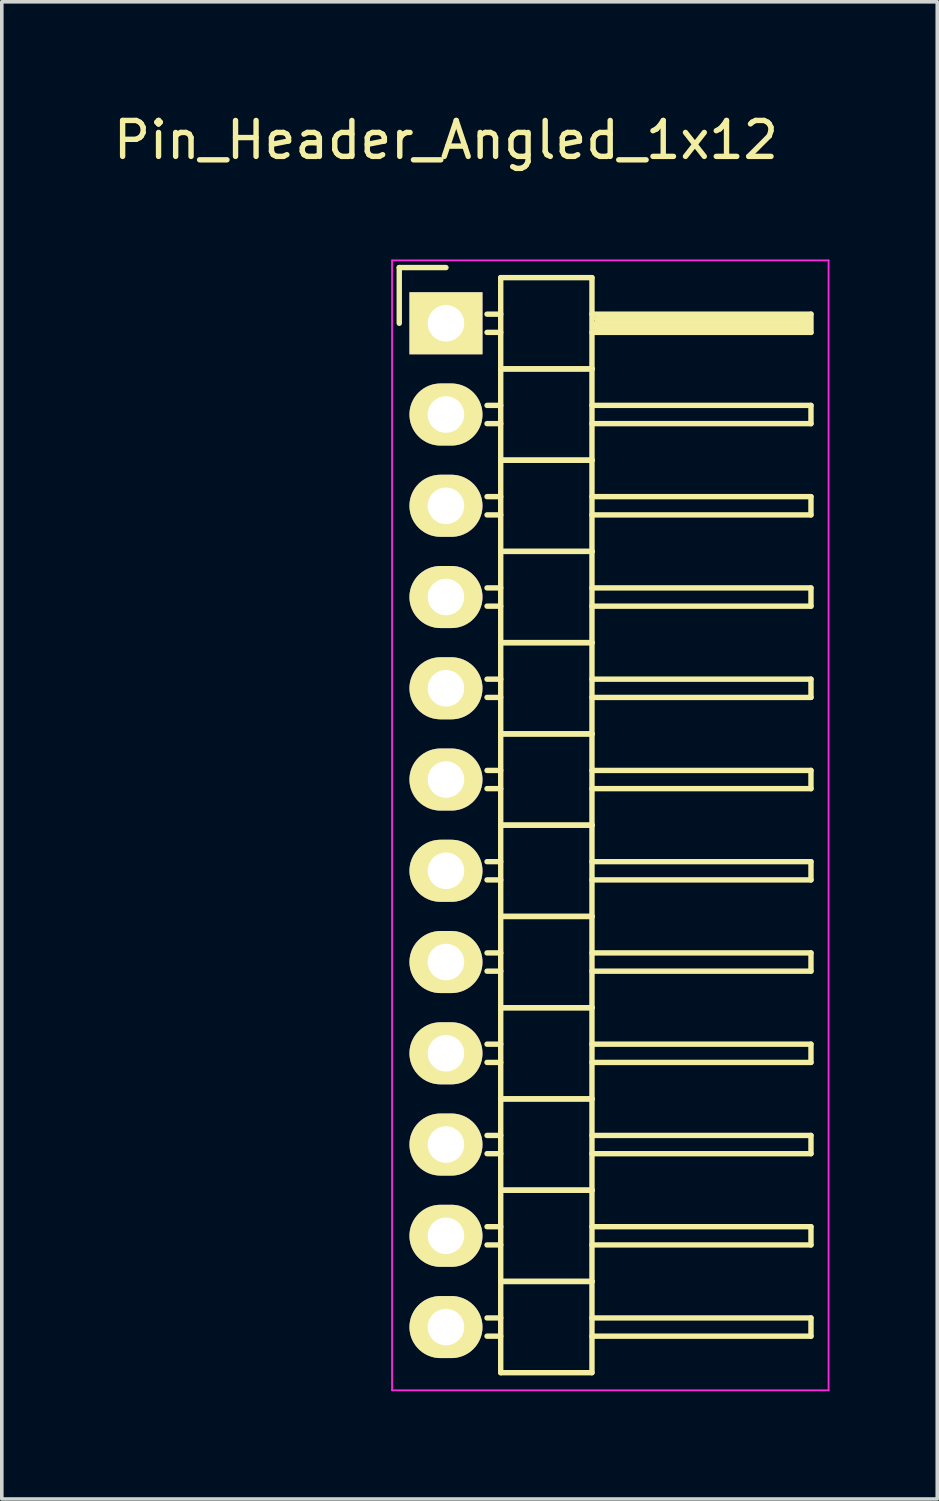
<source format=kicad_pcb>
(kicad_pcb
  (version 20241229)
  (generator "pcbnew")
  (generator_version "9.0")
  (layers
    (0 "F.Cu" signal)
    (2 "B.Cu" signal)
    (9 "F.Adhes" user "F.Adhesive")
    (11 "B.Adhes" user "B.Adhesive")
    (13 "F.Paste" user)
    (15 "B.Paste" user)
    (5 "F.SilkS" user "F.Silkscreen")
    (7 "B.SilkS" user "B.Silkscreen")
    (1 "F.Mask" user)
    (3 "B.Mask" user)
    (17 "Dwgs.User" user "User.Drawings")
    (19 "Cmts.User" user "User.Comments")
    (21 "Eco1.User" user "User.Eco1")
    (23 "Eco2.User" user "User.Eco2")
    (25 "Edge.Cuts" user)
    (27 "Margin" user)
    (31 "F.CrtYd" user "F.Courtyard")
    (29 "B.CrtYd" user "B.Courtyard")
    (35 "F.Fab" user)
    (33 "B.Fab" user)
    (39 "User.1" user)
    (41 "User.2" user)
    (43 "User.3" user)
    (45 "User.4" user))
  (footprint "Pin_Header_Angled_1x12"
    (layer "F.Cu")
    (at 9.363 5.948)
    (property "Reference" "Pin_Header_Angled_1x12" (at 0 -5.1 0) (layer "F.SilkS") (effects (font (size 1 1) (thickness 0.15))))
    (attr through_hole)
    (fp_line (start -1.3 -1.55) (end -1.3 0) (stroke (width 0.15) (type solid)) (layer "F.SilkS"))
    (fp_line (start 0 -1.55) (end -1.3 -1.55) (stroke (width 0.15) (type solid)) (layer "F.SilkS"))
    (fp_line (start 1.524 -1.27) (end 1.524 1.27) (stroke (width 0.15) (type solid)) (layer "F.SilkS"))
    (fp_line (start 1.524 -1.27) (end 4.064 -1.27) (stroke (width 0.15) (type solid)) (layer "F.SilkS"))
    (fp_line (start 1.524 -0.254) (end 1.143 -0.254) (stroke (width 0.15) (type solid)) (layer "F.SilkS"))
    (fp_line (start 1.524 0.254) (end 1.143 0.254) (stroke (width 0.15) (type solid)) (layer "F.SilkS"))
    (fp_line (start 1.524 1.27) (end 1.524 3.81) (stroke (width 0.15) (type solid)) (layer "F.SilkS"))
    (fp_line (start 1.524 1.27) (end 4.064 1.27) (stroke (width 0.15) (type solid)) (layer "F.SilkS"))
    (fp_line (start 1.524 1.27) (end 4.064 1.27) (stroke (width 0.15) (type solid)) (layer "F.SilkS"))
    (fp_line (start 1.524 2.286) (end 1.143 2.286) (stroke (width 0.15) (type solid)) (layer "F.SilkS"))
    (fp_line (start 1.524 2.794) (end 1.143 2.794) (stroke (width 0.15) (type solid)) (layer "F.SilkS"))
    (fp_line (start 1.524 3.81) (end 1.524 6.35) (stroke (width 0.15) (type solid)) (layer "F.SilkS"))
    (fp_line (start 1.524 3.81) (end 4.064 3.81) (stroke (width 0.15) (type solid)) (layer "F.SilkS"))
    (fp_line (start 1.524 3.81) (end 4.064 3.81) (stroke (width 0.15) (type solid)) (layer "F.SilkS"))
    (fp_line (start 1.524 4.826) (end 1.143 4.826) (stroke (width 0.15) (type solid)) (layer "F.SilkS"))
    (fp_line (start 1.524 5.334) (end 1.143 5.334) (stroke (width 0.15) (type solid)) (layer "F.SilkS"))
    (fp_line (start 1.524 6.35) (end 1.524 8.89) (stroke (width 0.15) (type solid)) (layer "F.SilkS"))
    (fp_line (start 1.524 6.35) (end 4.064 6.35) (stroke (width 0.15) (type solid)) (layer "F.SilkS"))
    (fp_line (start 1.524 6.35) (end 4.064 6.35) (stroke (width 0.15) (type solid)) (layer "F.SilkS"))
    (fp_line (start 1.524 7.366) (end 1.143 7.366) (stroke (width 0.15) (type solid)) (layer "F.SilkS"))
    (fp_line (start 1.524 7.874) (end 1.143 7.874) (stroke (width 0.15) (type solid)) (layer "F.SilkS"))
    (fp_line (start 1.524 8.89) (end 1.524 11.43) (stroke (width 0.15) (type solid)) (layer "F.SilkS"))
    (fp_line (start 1.524 8.89) (end 4.064 8.89) (stroke (width 0.15) (type solid)) (layer "F.SilkS"))
    (fp_line (start 1.524 8.89) (end 4.064 8.89) (stroke (width 0.15) (type solid)) (layer "F.SilkS"))
    (fp_line (start 1.524 9.906) (end 1.143 9.906) (stroke (width 0.15) (type solid)) (layer "F.SilkS"))
    (fp_line (start 1.524 10.414) (end 1.143 10.414) (stroke (width 0.15) (type solid)) (layer "F.SilkS"))
    (fp_line (start 1.524 11.43) (end 1.524 13.97) (stroke (width 0.15) (type solid)) (layer "F.SilkS"))
    (fp_line (start 1.524 11.43) (end 4.064 11.43) (stroke (width 0.15) (type solid)) (layer "F.SilkS"))
    (fp_line (start 1.524 11.43) (end 4.064 11.43) (stroke (width 0.15) (type solid)) (layer "F.SilkS"))
    (fp_line (start 1.524 12.446) (end 1.143 12.446) (stroke (width 0.15) (type solid)) (layer "F.SilkS"))
    (fp_line (start 1.524 12.954) (end 1.143 12.954) (stroke (width 0.15) (type solid)) (layer "F.SilkS"))
    (fp_line (start 1.524 13.97) (end 1.524 16.51) (stroke (width 0.15) (type solid)) (layer "F.SilkS"))
    (fp_line (start 1.524 13.97) (end 4.064 13.97) (stroke (width 0.15) (type solid)) (layer "F.SilkS"))
    (fp_line (start 1.524 13.97) (end 4.064 13.97) (stroke (width 0.15) (type solid)) (layer "F.SilkS"))
    (fp_line (start 1.524 14.986) (end 1.143 14.986) (stroke (width 0.15) (type solid)) (layer "F.SilkS"))
    (fp_line (start 1.524 15.494) (end 1.143 15.494) (stroke (width 0.15) (type solid)) (layer "F.SilkS"))
    (fp_line (start 1.524 16.51) (end 1.524 19.05) (stroke (width 0.15) (type solid)) (layer "F.SilkS"))
    (fp_line (start 1.524 16.51) (end 4.064 16.51) (stroke (width 0.15) (type solid)) (layer "F.SilkS"))
    (fp_line (start 1.524 16.51) (end 4.064 16.51) (stroke (width 0.15) (type solid)) (layer "F.SilkS"))
    (fp_line (start 1.524 17.526) (end 1.143 17.526) (stroke (width 0.15) (type solid)) (layer "F.SilkS"))
    (fp_line (start 1.524 18.034) (end 1.143 18.034) (stroke (width 0.15) (type solid)) (layer "F.SilkS"))
    (fp_line (start 1.524 19.05) (end 1.524 21.59) (stroke (width 0.15) (type solid)) (layer "F.SilkS"))
    (fp_line (start 1.524 19.05) (end 4.064 19.05) (stroke (width 0.15) (type solid)) (layer "F.SilkS"))
    (fp_line (start 1.524 19.05) (end 4.064 19.05) (stroke (width 0.15) (type solid)) (layer "F.SilkS"))
    (fp_line (start 1.524 20.066) (end 1.143 20.066) (stroke (width 0.15) (type solid)) (layer "F.SilkS"))
    (fp_line (start 1.524 20.574) (end 1.143 20.574) (stroke (width 0.15) (type solid)) (layer "F.SilkS"))
    (fp_line (start 1.524 21.59) (end 1.524 24.13) (stroke (width 0.15) (type solid)) (layer "F.SilkS"))
    (fp_line (start 1.524 21.59) (end 4.064 21.59) (stroke (width 0.15) (type solid)) (layer "F.SilkS"))
    (fp_line (start 1.524 21.59) (end 4.064 21.59) (stroke (width 0.15) (type solid)) (layer "F.SilkS"))
    (fp_line (start 1.524 22.606) (end 1.143 22.606) (stroke (width 0.15) (type solid)) (layer "F.SilkS"))
    (fp_line (start 1.524 23.114) (end 1.143 23.114) (stroke (width 0.15) (type solid)) (layer "F.SilkS"))
    (fp_line (start 1.524 24.13) (end 1.524 26.67) (stroke (width 0.15) (type solid)) (layer "F.SilkS"))
    (fp_line (start 1.524 24.13) (end 4.064 24.13) (stroke (width 0.15) (type solid)) (layer "F.SilkS"))
    (fp_line (start 1.524 24.13) (end 4.064 24.13) (stroke (width 0.15) (type solid)) (layer "F.SilkS"))
    (fp_line (start 1.524 25.146) (end 1.143 25.146) (stroke (width 0.15) (type solid)) (layer "F.SilkS"))
    (fp_line (start 1.524 25.654) (end 1.143 25.654) (stroke (width 0.15) (type solid)) (layer "F.SilkS"))
    (fp_line (start 1.524 26.67) (end 1.524 29.21) (stroke (width 0.15) (type solid)) (layer "F.SilkS"))
    (fp_line (start 1.524 26.67) (end 4.064 26.67) (stroke (width 0.15) (type solid)) (layer "F.SilkS"))
    (fp_line (start 1.524 26.67) (end 4.064 26.67) (stroke (width 0.15) (type solid)) (layer "F.SilkS"))
    (fp_line (start 1.524 27.686) (end 1.143 27.686) (stroke (width 0.15) (type solid)) (layer "F.SilkS"))
    (fp_line (start 1.524 28.194) (end 1.143 28.194) (stroke (width 0.15) (type solid)) (layer "F.SilkS"))
    (fp_line (start 1.524 29.21) (end 4.064 29.21) (stroke (width 0.15) (type solid)) (layer "F.SilkS"))
    (fp_line (start 4.064 -0.254) (end 10.16 -0.254) (stroke (width 0.15) (type solid)) (layer "F.SilkS"))
    (fp_line (start 4.064 1.27) (end 4.064 -1.27) (stroke (width 0.15) (type solid)) (layer "F.SilkS"))
    (fp_line (start 4.064 2.286) (end 10.16 2.286) (stroke (width 0.15) (type solid)) (layer "F.SilkS"))
    (fp_line (start 4.064 3.81) (end 4.064 1.27) (stroke (width 0.15) (type solid)) (layer "F.SilkS"))
    (fp_line (start 4.064 4.826) (end 10.16 4.826) (stroke (width 0.15) (type solid)) (layer "F.SilkS"))
    (fp_line (start 4.064 6.35) (end 4.064 3.81) (stroke (width 0.15) (type solid)) (layer "F.SilkS"))
    (fp_line (start 4.064 7.366) (end 10.16 7.366) (stroke (width 0.15) (type solid)) (layer "F.SilkS"))
    (fp_line (start 4.064 8.89) (end 4.064 6.35) (stroke (width 0.15) (type solid)) (layer "F.SilkS"))
    (fp_line (start 4.064 9.906) (end 10.16 9.906) (stroke (width 0.15) (type solid)) (layer "F.SilkS"))
    (fp_line (start 4.064 11.43) (end 4.064 8.89) (stroke (width 0.15) (type solid)) (layer "F.SilkS"))
    (fp_line (start 4.064 12.446) (end 10.16 12.446) (stroke (width 0.15) (type solid)) (layer "F.SilkS"))
    (fp_line (start 4.064 13.97) (end 4.064 11.43) (stroke (width 0.15) (type solid)) (layer "F.SilkS"))
    (fp_line (start 4.064 14.986) (end 10.16 14.986) (stroke (width 0.15) (type solid)) (layer "F.SilkS"))
    (fp_line (start 4.064 16.51) (end 4.064 13.97) (stroke (width 0.15) (type solid)) (layer "F.SilkS"))
    (fp_line (start 4.064 17.526) (end 10.16 17.526) (stroke (width 0.15) (type solid)) (layer "F.SilkS"))
    (fp_line (start 4.064 19.05) (end 4.064 16.51) (stroke (width 0.15) (type solid)) (layer "F.SilkS"))
    (fp_line (start 4.064 20.066) (end 10.16 20.066) (stroke (width 0.15) (type solid)) (layer "F.SilkS"))
    (fp_line (start 4.064 21.59) (end 4.064 19.05) (stroke (width 0.15) (type solid)) (layer "F.SilkS"))
    (fp_line (start 4.064 22.606) (end 10.16 22.606) (stroke (width 0.15) (type solid)) (layer "F.SilkS"))
    (fp_line (start 4.064 24.13) (end 4.064 21.59) (stroke (width 0.15) (type solid)) (layer "F.SilkS"))
    (fp_line (start 4.064 25.146) (end 10.16 25.146) (stroke (width 0.15) (type solid)) (layer "F.SilkS"))
    (fp_line (start 4.064 26.67) (end 4.064 24.13) (stroke (width 0.15) (type solid)) (layer "F.SilkS"))
    (fp_line (start 4.064 27.686) (end 10.16 27.686) (stroke (width 0.15) (type solid)) (layer "F.SilkS"))
    (fp_line (start 4.064 29.21) (end 4.064 26.67) (stroke (width 0.15) (type solid)) (layer "F.SilkS"))
    (fp_line (start 4.191 -0.127) (end 10.033 -0.127) (stroke (width 0.15) (type solid)) (layer "F.SilkS"))
    (fp_line (start 4.191 0) (end 10.033 0) (stroke (width 0.15) (type solid)) (layer "F.SilkS"))
    (fp_line (start 4.191 0.127) (end 4.191 0) (stroke (width 0.15) (type solid)) (layer "F.SilkS"))
    (fp_line (start 10.033 -0.127) (end 10.033 0.127) (stroke (width 0.15) (type solid)) (layer "F.SilkS"))
    (fp_line (start 10.033 0.127) (end 4.191 0.127) (stroke (width 0.15) (type solid)) (layer "F.SilkS"))
    (fp_line (start 10.16 -0.254) (end 10.16 0.254) (stroke (width 0.15) (type solid)) (layer "F.SilkS"))
    (fp_line (start 10.16 0.254) (end 4.064 0.254) (stroke (width 0.15) (type solid)) (layer "F.SilkS"))
    (fp_line (start 10.16 2.286) (end 10.16 2.794) (stroke (width 0.15) (type solid)) (layer "F.SilkS"))
    (fp_line (start 10.16 2.794) (end 4.064 2.794) (stroke (width 0.15) (type solid)) (layer "F.SilkS"))
    (fp_line (start 10.16 4.826) (end 10.16 5.334) (stroke (width 0.15) (type solid)) (layer "F.SilkS"))
    (fp_line (start 10.16 5.334) (end 4.064 5.334) (stroke (width 0.15) (type solid)) (layer "F.SilkS"))
    (fp_line (start 10.16 7.366) (end 10.16 7.874) (stroke (width 0.15) (type solid)) (layer "F.SilkS"))
    (fp_line (start 10.16 7.874) (end 4.064 7.874) (stroke (width 0.15) (type solid)) (layer "F.SilkS"))
    (fp_line (start 10.16 9.906) (end 10.16 10.414) (stroke (width 0.15) (type solid)) (layer "F.SilkS"))
    (fp_line (start 10.16 10.414) (end 4.064 10.414) (stroke (width 0.15) (type solid)) (layer "F.SilkS"))
    (fp_line (start 10.16 12.446) (end 10.16 12.954) (stroke (width 0.15) (type solid)) (layer "F.SilkS"))
    (fp_line (start 10.16 12.954) (end 4.064 12.954) (stroke (width 0.15) (type solid)) (layer "F.SilkS"))
    (fp_line (start 10.16 14.986) (end 10.16 15.494) (stroke (width 0.15) (type solid)) (layer "F.SilkS"))
    (fp_line (start 10.16 15.494) (end 4.064 15.494) (stroke (width 0.15) (type solid)) (layer "F.SilkS"))
    (fp_line (start 10.16 17.526) (end 10.16 18.034) (stroke (width 0.15) (type solid)) (layer "F.SilkS"))
    (fp_line (start 10.16 18.034) (end 4.064 18.034) (stroke (width 0.15) (type solid)) (layer "F.SilkS"))
    (fp_line (start 10.16 20.066) (end 10.16 20.574) (stroke (width 0.15) (type solid)) (layer "F.SilkS"))
    (fp_line (start 10.16 20.574) (end 4.064 20.574) (stroke (width 0.15) (type solid)) (layer "F.SilkS"))
    (fp_line (start 10.16 22.606) (end 10.16 23.114) (stroke (width 0.15) (type solid)) (layer "F.SilkS"))
    (fp_line (start 10.16 23.114) (end 4.064 23.114) (stroke (width 0.15) (type solid)) (layer "F.SilkS"))
    (fp_line (start 10.16 25.146) (end 10.16 25.654) (stroke (width 0.15) (type solid)) (layer "F.SilkS"))
    (fp_line (start 10.16 25.654) (end 4.064 25.654) (stroke (width 0.15) (type solid)) (layer "F.SilkS"))
    (fp_line (start 10.16 27.686) (end 10.16 28.194) (stroke (width 0.15) (type solid)) (layer "F.SilkS"))
    (fp_line (start 10.16 28.194) (end 4.064 28.194) (stroke (width 0.15) (type solid)) (layer "F.SilkS"))
    (fp_line (start -1.5 -1.75) (end -1.5 29.7) (stroke (width 0.05) (type solid)) (layer "F.CrtYd"))
    (fp_line (start -1.5 -1.75) (end 10.65 -1.75) (stroke (width 0.05) (type solid)) (layer "F.CrtYd"))
    (fp_line (start -1.5 29.7) (end 10.65 29.7) (stroke (width 0.05) (type solid)) (layer "F.CrtYd"))
    (fp_line (start 10.65 -1.75) (end 10.65 29.7) (stroke (width 0.05) (type solid)) (layer "F.CrtYd"))
    (pad "1" thru_hole rect (at 0 0) (size 2.032 1.727) (drill 1.016) (layers "*.Cu" "*.Mask" "F.SilkS"))
    (pad "2" thru_hole oval (at 0 2.54) (size 2.032 1.727) (drill 1.016) (layers "*.Cu" "*.Mask" "F.SilkS"))
    (pad "3" thru_hole oval (at 0 5.08) (size 2.032 1.727) (drill 1.016) (layers "*.Cu" "*.Mask" "F.SilkS"))
    (pad "4" thru_hole oval (at 0 7.62) (size 2.032 1.727) (drill 1.016) (layers "*.Cu" "*.Mask" "F.SilkS"))
    (pad "5" thru_hole oval (at 0 10.16) (size 2.032 1.727) (drill 1.016) (layers "*.Cu" "*.Mask" "F.SilkS"))
    (pad "6" thru_hole oval (at 0 12.7) (size 2.032 1.727) (drill 1.016) (layers "*.Cu" "*.Mask" "F.SilkS"))
    (pad "7" thru_hole oval (at 0 15.24) (size 2.032 1.727) (drill 1.016) (layers "*.Cu" "*.Mask" "F.SilkS"))
    (pad "8" thru_hole oval (at 0 17.78) (size 2.032 1.727) (drill 1.016) (layers "*.Cu" "*.Mask" "F.SilkS"))
    (pad "9" thru_hole oval (at 0 20.32) (size 2.032 1.727) (drill 1.016) (layers "*.Cu" "*.Mask" "F.SilkS"))
    (pad "10" thru_hole oval (at 0 22.86) (size 2.032 1.727) (drill 1.016) (layers "*.Cu" "*.Mask" "F.SilkS"))
    (pad "11" thru_hole oval (at 0 25.4) (size 2.032 1.727) (drill 1.016) (layers "*.Cu" "*.Mask" "F.SilkS"))
    (pad "12" thru_hole oval (at 0 27.94) (size 2.032 1.727) (drill 1.016) (layers "*.Cu" "*.Mask" "F.SilkS")))
  (gr_rect
    (start -3 -3)
    (end 23.038 38.673)
    (stroke (width 0.1) (type default))
    (fill no)
    (layer "Edge.Cuts")))
</source>
